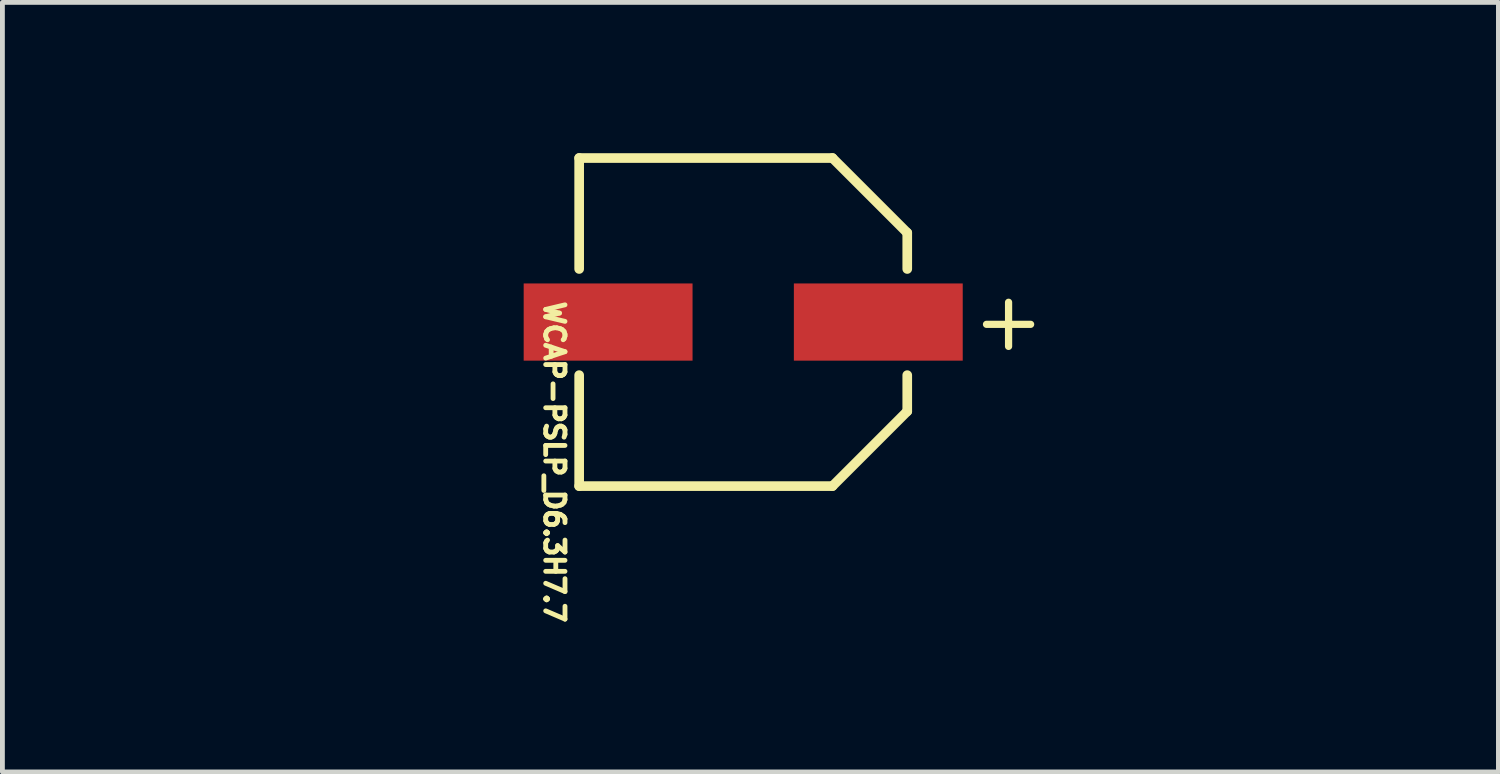
<source format=kicad_pcb>
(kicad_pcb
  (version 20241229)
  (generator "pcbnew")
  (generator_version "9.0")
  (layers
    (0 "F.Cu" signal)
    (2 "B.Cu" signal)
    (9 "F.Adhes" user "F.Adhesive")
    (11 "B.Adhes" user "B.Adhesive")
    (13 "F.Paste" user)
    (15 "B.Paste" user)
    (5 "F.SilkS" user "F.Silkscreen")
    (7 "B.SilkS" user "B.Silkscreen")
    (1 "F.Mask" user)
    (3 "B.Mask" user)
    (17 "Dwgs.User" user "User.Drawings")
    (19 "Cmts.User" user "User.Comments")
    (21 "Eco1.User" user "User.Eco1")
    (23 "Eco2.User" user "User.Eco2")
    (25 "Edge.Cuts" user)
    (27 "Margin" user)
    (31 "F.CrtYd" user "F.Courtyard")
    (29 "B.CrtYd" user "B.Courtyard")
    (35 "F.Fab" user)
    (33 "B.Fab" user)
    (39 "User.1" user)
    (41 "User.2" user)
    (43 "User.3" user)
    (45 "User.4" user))
  (footprint "WCAP-PSLP_D6.3H7.7"
    (layer "F.Cu")
    (at 12.354 3.625)
    (property "Reference" "WCAP-PSLP_D6.3H7.7" (at -3.914 2.9 270) (unlocked yes) (layer "F.SilkS") (effects (font (size 0.4 0.4) (thickness 0.1))))
    (fp_line (start -3.4 -3.4) (end -3.4 -1.1) (stroke (width 0.2) (type solid)) (layer "F.SilkS"))
    (fp_line (start -3.4 -3.4) (end 1.85 -3.4) (stroke (width 0.2) (type solid)) (layer "F.SilkS"))
    (fp_line (start -3.4 1.1) (end -3.4 3.4) (stroke (width 0.2) (type solid)) (layer "F.SilkS"))
    (fp_line (start -3.4 3.4) (end 1.85 3.4) (stroke (width 0.2) (type solid)) (layer "F.SilkS"))
    (fp_line (start 1.85 -3.4) (end 3.4 -1.85) (stroke (width 0.2) (type solid)) (layer "F.SilkS"))
    (fp_line (start 3.4 -1.85) (end 3.4 -1.1) (stroke (width 0.2) (type solid)) (layer "F.SilkS"))
    (fp_line (start 3.4 1.1) (end 3.4 1.85) (stroke (width 0.2) (type solid)) (layer "F.SilkS"))
    (fp_line (start 3.4 1.85) (end 1.85 3.4) (stroke (width 0.2) (type solid)) (layer "F.SilkS"))
    (fp_line (start -4.75 -3.6) (end -4.75 3.6) (stroke (width 0.05) (type solid)) (layer "User.2"))
    (fp_line (start -4.75 -3.6) (end 4.75 -3.6) (stroke (width 0.05) (type solid)) (layer "User.2"))
    (fp_line (start -4.75 3.6) (end 4.75 3.6) (stroke (width 0.05) (type solid)) (layer "User.2"))
    (fp_line (start -0.5 0) (end 0.5 0) (stroke (width 0.05) (type solid)) (layer "User.2"))
    (fp_line (start 0 -0.5) (end 0 0.5) (stroke (width 0.05) (type solid)) (layer "User.2"))
    (fp_line (start 4.75 -3.6) (end 4.75 3.6) (stroke (width 0.05) (type solid)) (layer "User.2"))
    (fp_line (start -3.3 -3.3) (end -3.3 3.3) (stroke (width 0.1) (type solid)) (layer "User.4"))
    (fp_line (start -3.3 -3.3) (end 1.75 -3.3) (stroke (width 0.1) (type solid)) (layer "User.4"))
    (fp_line (start -3.3 3.3) (end 1.75 3.3) (stroke (width 0.1) (type solid)) (layer "User.4"))
    (fp_line (start 1.75 -3.3) (end 3.3 -1.75) (stroke (width 0.1) (type solid)) (layer "User.4"))
    (fp_line (start 3.3 -1.75) (end 3.3 1.75) (stroke (width 0.1) (type solid)) (layer "User.4"))
    (fp_line (start 3.3 1.75) (end 1.75 3.3) (stroke (width 0.1) (type solid)) (layer "User.4"))
    (fp_line (start -3.3 -3.3) (end -3.3 3.3) (stroke (width 0.1) (type solid)) (layer "User.11"))
    (fp_line (start -3.3 -3.3) (end 1.75 -3.3) (stroke (width 0.1) (type solid)) (layer "User.11"))
    (fp_line (start -3.3 3.3) (end 1.75 3.3) (stroke (width 0.1) (type solid)) (layer "User.11"))
    (fp_line (start 1.75 -3.3) (end 3.3 -1.75) (stroke (width 0.1) (type solid)) (layer "User.11"))
    (fp_line (start 3.3 -1.75) (end 3.3 1.75) (stroke (width 0.1) (type solid)) (layer "User.11"))
    (fp_line (start 3.3 1.75) (end 1.75 3.3) (stroke (width 0.1) (type solid)) (layer "User.11"))
    (fp_text user "+" (at 5.5 -0.043 0) (unlocked yes) (layer "F.SilkS") (effects (font (size 1.2 1.2) (thickness 0.15))))
    (fp_text user "${REFERENCE}" (at 0.15 0.053 0) (unlocked yes) (layer "User.6") (effects (font (size 1.5 1.5) (thickness 0.15))))
    (pad "1" smd rect (at 2.8 0) (size 3.5 1.6) (layers "F.Cu" "F.Mask" "F.Paste"))
    (pad "2" smd rect (at -2.8 0) (size 3.5 1.6) (layers "F.Cu" "F.Mask" "F.Paste")))
  (gr_rect
    (start -3 -3)
    (end 28.007 12.949)
    (stroke (width 0.1) (type default))
    (fill no)
    (layer "Edge.Cuts")))
</source>
